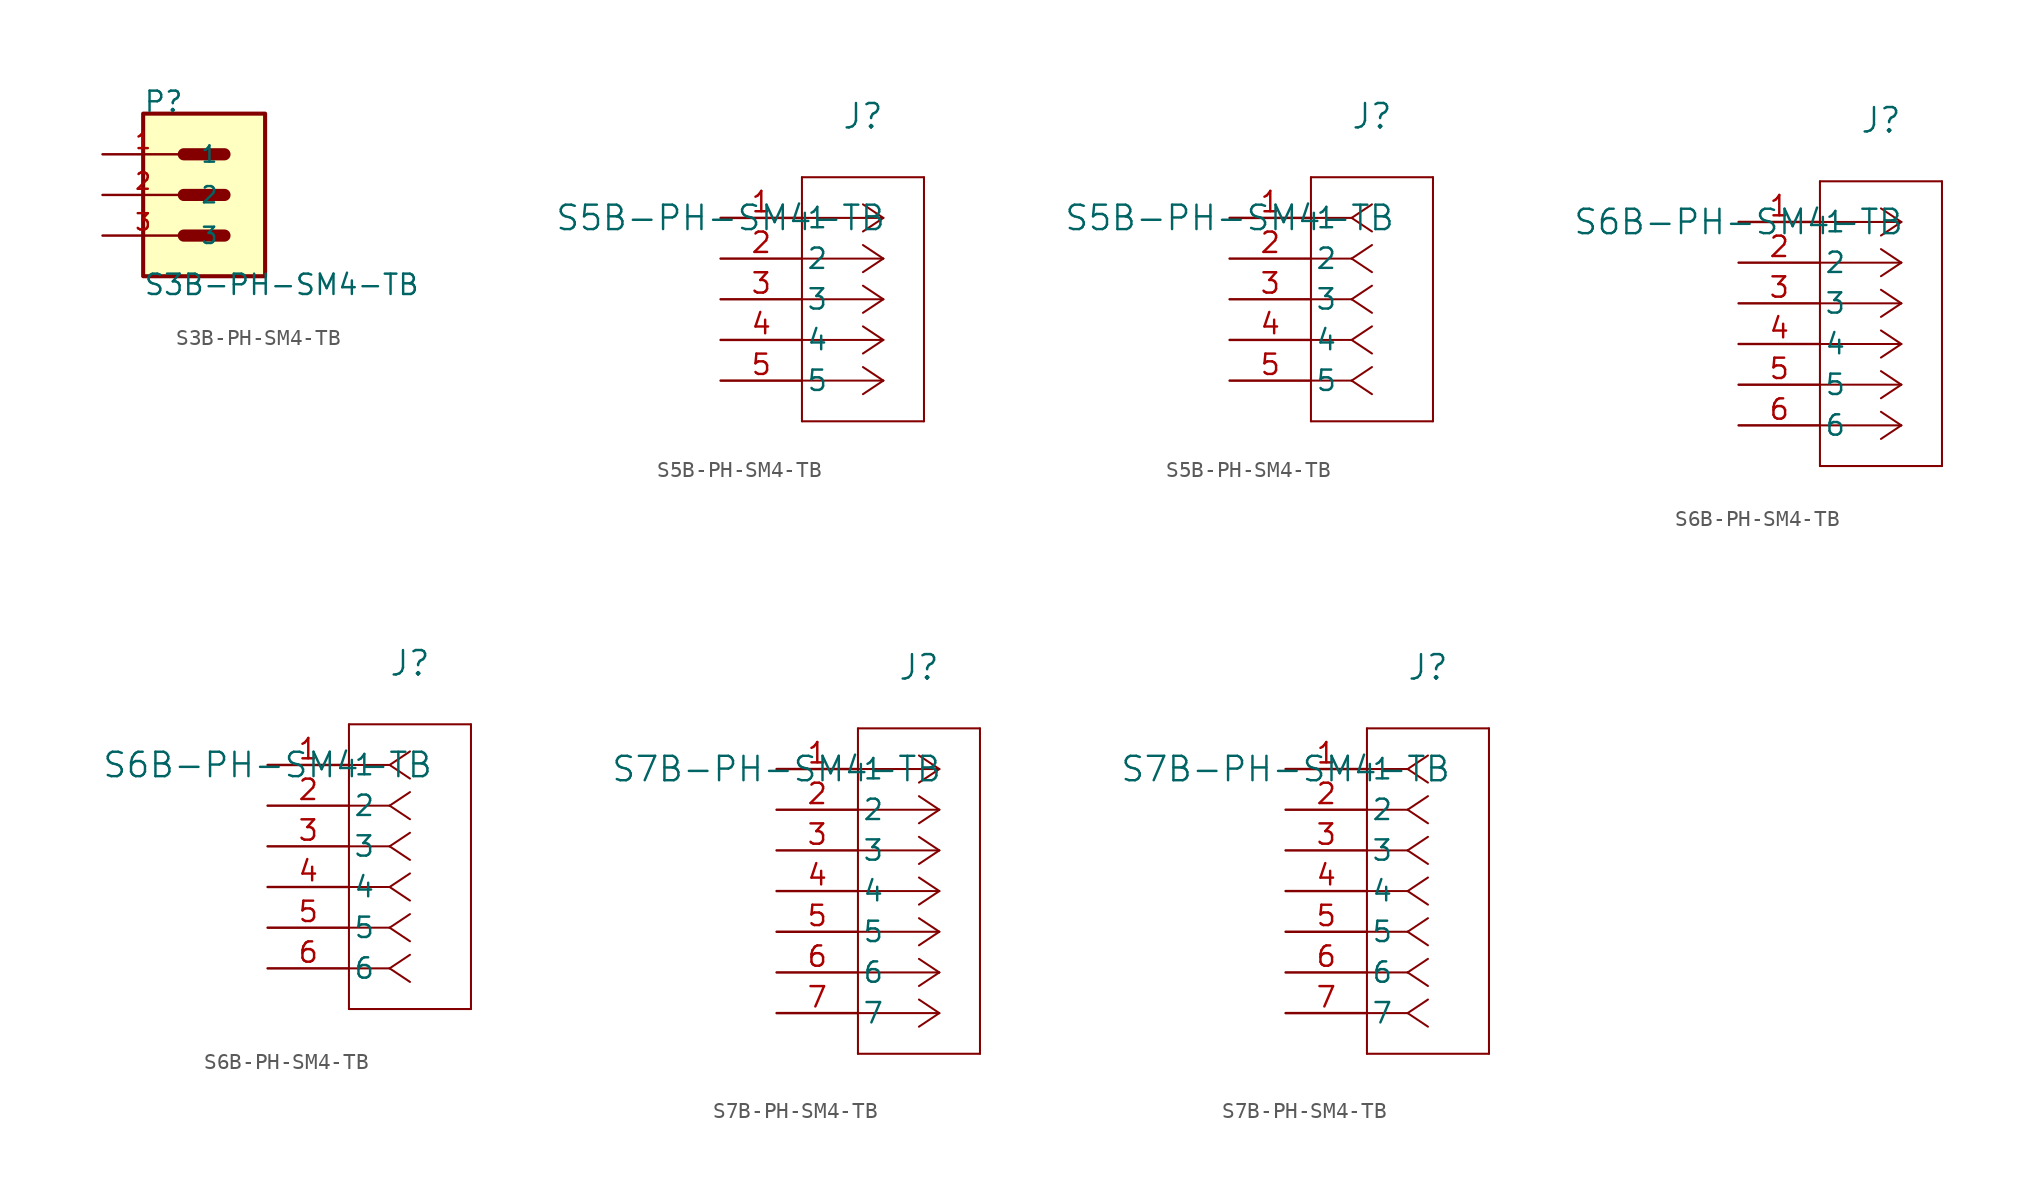
<source format=kicad_sym>
(kicad_symbol_lib
  (version 20220914)
  (generator kicad_symbol_editor)
  (symbol "S3B-PH-SM4-TB"
    (pin_names
      (offset 1.016))
    (property "Reference" "P"
      (at -2.543 5.085 0)
      (effects (font (size 1.27 1.27)) (justify left bottom)))
    (property "Value" "S3B-PH-SM4-TB"
      (at -2.541 -6.351 0)
      (effects (font (size 1.27 1.27)) (justify left bottom)))
    (symbol "S3B-PH-SM4-TB_0_0"
      (rectangle (start -2.54 -5.08) (end 5.08 5.08) (stroke (width 0.254) (type default)) (fill (type background)))
      (polyline (pts (xy 0 -2.54) (xy 2.54 -2.54)) (stroke (width 0.762) (type default)) (fill (type none)))
      (polyline (pts (xy 0 0) (xy 2.54 0)) (stroke (width 0.762) (type default)) (fill (type none)))
      (polyline (pts (xy 0 2.54) (xy 2.54 2.54)) (stroke (width 0.762) (type default)) (fill (type none)))
      (pin passive line (at -5.08 2.54 0) (length 5.08) (name "1" (effects (font (size 1.016 1.016)))) (number "1" (effects (font (size 1.016 1.016)))))
      (pin passive line (at -5.08 0 0) (length 5.08) (name "2" (effects (font (size 1.016 1.016)))) (number "2" (effects (font (size 1.016 1.016)))))
      (pin passive line (at -5.08 -2.54 0) (length 5.08) (name "3" (effects (font (size 1.016 1.016)))) (number "3" (effects (font (size 1.016 1.016)))))))
  (symbol "S5B-PH-SM4-TB"
    (pin_names
      (offset 0.254))
    (property "Reference" "J"
      (at 8.89 6.35 0)
      (effects (font (size 1.524 1.524))))
    (property "Value" "S5B-PH-SM4-TB"
      (at 0 0 0)
      (effects (font (size 1.524 1.524))))
    (property "ki_locked" ""
      (at 0 0 0)
      (effects (font (size 1.27 1.27))))
    (symbol "S5B-PH-SM4-TB_1_1"
      (polyline (pts (xy 5.08 -12.7) (xy 12.7 -12.7)) (stroke (width 0.127) (type default)) (fill (type none)))
      (polyline (pts (xy 5.08 2.54) (xy 5.08 -12.7)) (stroke (width 0.127) (type default)) (fill (type none)))
      (polyline (pts (xy 10.16 -10.16) (xy 5.08 -10.16)) (stroke (width 0.127) (type default)) (fill (type none)))
      (polyline (pts (xy 10.16 -10.16) (xy 8.89 -11.007)) (stroke (width 0.127) (type default)) (fill (type none)))
      (polyline (pts (xy 10.16 -10.16) (xy 8.89 -9.313)) (stroke (width 0.127) (type default)) (fill (type none)))
      (polyline (pts (xy 10.16 -7.62) (xy 5.08 -7.62)) (stroke (width 0.127) (type default)) (fill (type none)))
      (polyline (pts (xy 10.16 -7.62) (xy 8.89 -8.467)) (stroke (width 0.127) (type default)) (fill (type none)))
      (polyline (pts (xy 10.16 -7.62) (xy 8.89 -6.773)) (stroke (width 0.127) (type default)) (fill (type none)))
      (polyline (pts (xy 10.16 -5.08) (xy 5.08 -5.08)) (stroke (width 0.127) (type default)) (fill (type none)))
      (polyline (pts (xy 10.16 -5.08) (xy 8.89 -5.927)) (stroke (width 0.127) (type default)) (fill (type none)))
      (polyline (pts (xy 10.16 -5.08) (xy 8.89 -4.233)) (stroke (width 0.127) (type default)) (fill (type none)))
      (polyline (pts (xy 10.16 -2.54) (xy 5.08 -2.54)) (stroke (width 0.127) (type default)) (fill (type none)))
      (polyline (pts (xy 10.16 -2.54) (xy 8.89 -3.387)) (stroke (width 0.127) (type default)) (fill (type none)))
      (polyline (pts (xy 10.16 -2.54) (xy 8.89 -1.693)) (stroke (width 0.127) (type default)) (fill (type none)))
      (polyline (pts (xy 10.16 0) (xy 5.08 0)) (stroke (width 0.127) (type default)) (fill (type none)))
      (polyline (pts (xy 10.16 0) (xy 8.89 -0.847)) (stroke (width 0.127) (type default)) (fill (type none)))
      (polyline (pts (xy 10.16 0) (xy 8.89 0.847)) (stroke (width 0.127) (type default)) (fill (type none)))
      (polyline (pts (xy 12.7 -12.7) (xy 12.7 2.54)) (stroke (width 0.127) (type default)) (fill (type none)))
      (polyline (pts (xy 12.7 2.54) (xy 5.08 2.54)) (stroke (width 0.127) (type default)) (fill (type none)))
      (pin unspecified line (at 0 0 0) (length 5.08) (name "1" (effects (font (size 1.27 1.27)))) (number "1" (effects (font (size 1.27 1.27)))))
      (pin unspecified line (at 0 -2.54 0) (length 5.08) (name "2" (effects (font (size 1.27 1.27)))) (number "2" (effects (font (size 1.27 1.27)))))
      (pin unspecified line (at 0 -5.08 0) (length 5.08) (name "3" (effects (font (size 1.27 1.27)))) (number "3" (effects (font (size 1.27 1.27)))))
      (pin unspecified line (at 0 -7.62 0) (length 5.08) (name "4" (effects (font (size 1.27 1.27)))) (number "4" (effects (font (size 1.27 1.27)))))
      (pin unspecified line (at 0 -10.16 0) (length 5.08) (name "5" (effects (font (size 1.27 1.27)))) (number "5" (effects (font (size 1.27 1.27))))))
    (symbol "S5B-PH-SM4-TB_1_2"
      (polyline (pts (xy 5.08 -12.7) (xy 12.7 -12.7)) (stroke (width 0.127) (type default)) (fill (type none)))
      (polyline (pts (xy 5.08 2.54) (xy 5.08 -12.7)) (stroke (width 0.127) (type default)) (fill (type none)))
      (polyline (pts (xy 7.62 -10.16) (xy 5.08 -10.16)) (stroke (width 0.127) (type default)) (fill (type none)))
      (polyline (pts (xy 7.62 -10.16) (xy 8.89 -11.007)) (stroke (width 0.127) (type default)) (fill (type none)))
      (polyline (pts (xy 7.62 -10.16) (xy 8.89 -9.313)) (stroke (width 0.127) (type default)) (fill (type none)))
      (polyline (pts (xy 7.62 -7.62) (xy 5.08 -7.62)) (stroke (width 0.127) (type default)) (fill (type none)))
      (polyline (pts (xy 7.62 -7.62) (xy 8.89 -8.467)) (stroke (width 0.127) (type default)) (fill (type none)))
      (polyline (pts (xy 7.62 -7.62) (xy 8.89 -6.773)) (stroke (width 0.127) (type default)) (fill (type none)))
      (polyline (pts (xy 7.62 -5.08) (xy 5.08 -5.08)) (stroke (width 0.127) (type default)) (fill (type none)))
      (polyline (pts (xy 7.62 -5.08) (xy 8.89 -5.927)) (stroke (width 0.127) (type default)) (fill (type none)))
      (polyline (pts (xy 7.62 -5.08) (xy 8.89 -4.233)) (stroke (width 0.127) (type default)) (fill (type none)))
      (polyline (pts (xy 7.62 -2.54) (xy 5.08 -2.54)) (stroke (width 0.127) (type default)) (fill (type none)))
      (polyline (pts (xy 7.62 -2.54) (xy 8.89 -3.387)) (stroke (width 0.127) (type default)) (fill (type none)))
      (polyline (pts (xy 7.62 -2.54) (xy 8.89 -1.693)) (stroke (width 0.127) (type default)) (fill (type none)))
      (polyline (pts (xy 7.62 0) (xy 5.08 0)) (stroke (width 0.127) (type default)) (fill (type none)))
      (polyline (pts (xy 7.62 0) (xy 8.89 -0.847)) (stroke (width 0.127) (type default)) (fill (type none)))
      (polyline (pts (xy 7.62 0) (xy 8.89 0.847)) (stroke (width 0.127) (type default)) (fill (type none)))
      (polyline (pts (xy 12.7 -12.7) (xy 12.7 2.54)) (stroke (width 0.127) (type default)) (fill (type none)))
      (polyline (pts (xy 12.7 2.54) (xy 5.08 2.54)) (stroke (width 0.127) (type default)) (fill (type none)))
      (pin unspecified line (at 0 0 0) (length 5.08) (name "1" (effects (font (size 1.27 1.27)))) (number "1" (effects (font (size 1.27 1.27)))))
      (pin unspecified line (at 0 -2.54 0) (length 5.08) (name "2" (effects (font (size 1.27 1.27)))) (number "2" (effects (font (size 1.27 1.27)))))
      (pin unspecified line (at 0 -5.08 0) (length 5.08) (name "3" (effects (font (size 1.27 1.27)))) (number "3" (effects (font (size 1.27 1.27)))))
      (pin unspecified line (at 0 -7.62 0) (length 5.08) (name "4" (effects (font (size 1.27 1.27)))) (number "4" (effects (font (size 1.27 1.27)))))
      (pin unspecified line (at 0 -10.16 0) (length 5.08) (name "5" (effects (font (size 1.27 1.27)))) (number "5" (effects (font (size 1.27 1.27)))))))
  (symbol "S6B-PH-SM4-TB"
    (pin_names
      (offset 0.254))
    (property "Reference" "J"
      (at 8.89 6.35 0)
      (effects (font (size 1.524 1.524))))
    (property "Value" "S6B-PH-SM4-TB"
      (at 0 0 0)
      (effects (font (size 1.524 1.524))))
    (property "ki_locked" ""
      (at 0 0 0)
      (effects (font (size 1.27 1.27))))
    (symbol "S6B-PH-SM4-TB_1_1"
      (polyline (pts (xy 5.08 -15.24) (xy 12.7 -15.24)) (stroke (width 0.127) (type default)) (fill (type none)))
      (polyline (pts (xy 5.08 2.54) (xy 5.08 -15.24)) (stroke (width 0.127) (type default)) (fill (type none)))
      (polyline (pts (xy 10.16 -12.7) (xy 5.08 -12.7)) (stroke (width 0.127) (type default)) (fill (type none)))
      (polyline (pts (xy 10.16 -12.7) (xy 8.89 -13.547)) (stroke (width 0.127) (type default)) (fill (type none)))
      (polyline (pts (xy 10.16 -12.7) (xy 8.89 -11.853)) (stroke (width 0.127) (type default)) (fill (type none)))
      (polyline (pts (xy 10.16 -10.16) (xy 5.08 -10.16)) (stroke (width 0.127) (type default)) (fill (type none)))
      (polyline (pts (xy 10.16 -10.16) (xy 8.89 -11.007)) (stroke (width 0.127) (type default)) (fill (type none)))
      (polyline (pts (xy 10.16 -10.16) (xy 8.89 -9.313)) (stroke (width 0.127) (type default)) (fill (type none)))
      (polyline (pts (xy 10.16 -7.62) (xy 5.08 -7.62)) (stroke (width 0.127) (type default)) (fill (type none)))
      (polyline (pts (xy 10.16 -7.62) (xy 8.89 -8.467)) (stroke (width 0.127) (type default)) (fill (type none)))
      (polyline (pts (xy 10.16 -7.62) (xy 8.89 -6.773)) (stroke (width 0.127) (type default)) (fill (type none)))
      (polyline (pts (xy 10.16 -5.08) (xy 5.08 -5.08)) (stroke (width 0.127) (type default)) (fill (type none)))
      (polyline (pts (xy 10.16 -5.08) (xy 8.89 -5.927)) (stroke (width 0.127) (type default)) (fill (type none)))
      (polyline (pts (xy 10.16 -5.08) (xy 8.89 -4.233)) (stroke (width 0.127) (type default)) (fill (type none)))
      (polyline (pts (xy 10.16 -2.54) (xy 5.08 -2.54)) (stroke (width 0.127) (type default)) (fill (type none)))
      (polyline (pts (xy 10.16 -2.54) (xy 8.89 -3.387)) (stroke (width 0.127) (type default)) (fill (type none)))
      (polyline (pts (xy 10.16 -2.54) (xy 8.89 -1.693)) (stroke (width 0.127) (type default)) (fill (type none)))
      (polyline (pts (xy 10.16 0) (xy 5.08 0)) (stroke (width 0.127) (type default)) (fill (type none)))
      (polyline (pts (xy 10.16 0) (xy 8.89 -0.847)) (stroke (width 0.127) (type default)) (fill (type none)))
      (polyline (pts (xy 10.16 0) (xy 8.89 0.847)) (stroke (width 0.127) (type default)) (fill (type none)))
      (polyline (pts (xy 12.7 -15.24) (xy 12.7 2.54)) (stroke (width 0.127) (type default)) (fill (type none)))
      (polyline (pts (xy 12.7 2.54) (xy 5.08 2.54)) (stroke (width 0.127) (type default)) (fill (type none)))
      (pin unspecified line (at 0 0 0) (length 5.08) (name "1" (effects (font (size 1.27 1.27)))) (number "1" (effects (font (size 1.27 1.27)))))
      (pin unspecified line (at 0 -2.54 0) (length 5.08) (name "2" (effects (font (size 1.27 1.27)))) (number "2" (effects (font (size 1.27 1.27)))))
      (pin unspecified line (at 0 -5.08 0) (length 5.08) (name "3" (effects (font (size 1.27 1.27)))) (number "3" (effects (font (size 1.27 1.27)))))
      (pin unspecified line (at 0 -7.62 0) (length 5.08) (name "4" (effects (font (size 1.27 1.27)))) (number "4" (effects (font (size 1.27 1.27)))))
      (pin unspecified line (at 0 -10.16 0) (length 5.08) (name "5" (effects (font (size 1.27 1.27)))) (number "5" (effects (font (size 1.27 1.27)))))
      (pin unspecified line (at 0 -12.7 0) (length 5.08) (name "6" (effects (font (size 1.27 1.27)))) (number "6" (effects (font (size 1.27 1.27))))))
    (symbol "S6B-PH-SM4-TB_1_2"
      (polyline (pts (xy 5.08 -15.24) (xy 12.7 -15.24)) (stroke (width 0.127) (type default)) (fill (type none)))
      (polyline (pts (xy 5.08 2.54) (xy 5.08 -15.24)) (stroke (width 0.127) (type default)) (fill (type none)))
      (polyline (pts (xy 7.62 -12.7) (xy 5.08 -12.7)) (stroke (width 0.127) (type default)) (fill (type none)))
      (polyline (pts (xy 7.62 -12.7) (xy 8.89 -13.547)) (stroke (width 0.127) (type default)) (fill (type none)))
      (polyline (pts (xy 7.62 -12.7) (xy 8.89 -11.853)) (stroke (width 0.127) (type default)) (fill (type none)))
      (polyline (pts (xy 7.62 -10.16) (xy 5.08 -10.16)) (stroke (width 0.127) (type default)) (fill (type none)))
      (polyline (pts (xy 7.62 -10.16) (xy 8.89 -11.007)) (stroke (width 0.127) (type default)) (fill (type none)))
      (polyline (pts (xy 7.62 -10.16) (xy 8.89 -9.313)) (stroke (width 0.127) (type default)) (fill (type none)))
      (polyline (pts (xy 7.62 -7.62) (xy 5.08 -7.62)) (stroke (width 0.127) (type default)) (fill (type none)))
      (polyline (pts (xy 7.62 -7.62) (xy 8.89 -8.467)) (stroke (width 0.127) (type default)) (fill (type none)))
      (polyline (pts (xy 7.62 -7.62) (xy 8.89 -6.773)) (stroke (width 0.127) (type default)) (fill (type none)))
      (polyline (pts (xy 7.62 -5.08) (xy 5.08 -5.08)) (stroke (width 0.127) (type default)) (fill (type none)))
      (polyline (pts (xy 7.62 -5.08) (xy 8.89 -5.927)) (stroke (width 0.127) (type default)) (fill (type none)))
      (polyline (pts (xy 7.62 -5.08) (xy 8.89 -4.233)) (stroke (width 0.127) (type default)) (fill (type none)))
      (polyline (pts (xy 7.62 -2.54) (xy 5.08 -2.54)) (stroke (width 0.127) (type default)) (fill (type none)))
      (polyline (pts (xy 7.62 -2.54) (xy 8.89 -3.387)) (stroke (width 0.127) (type default)) (fill (type none)))
      (polyline (pts (xy 7.62 -2.54) (xy 8.89 -1.693)) (stroke (width 0.127) (type default)) (fill (type none)))
      (polyline (pts (xy 7.62 0) (xy 5.08 0)) (stroke (width 0.127) (type default)) (fill (type none)))
      (polyline (pts (xy 7.62 0) (xy 8.89 -0.847)) (stroke (width 0.127) (type default)) (fill (type none)))
      (polyline (pts (xy 7.62 0) (xy 8.89 0.847)) (stroke (width 0.127) (type default)) (fill (type none)))
      (polyline (pts (xy 12.7 -15.24) (xy 12.7 2.54)) (stroke (width 0.127) (type default)) (fill (type none)))
      (polyline (pts (xy 12.7 2.54) (xy 5.08 2.54)) (stroke (width 0.127) (type default)) (fill (type none)))
      (pin unspecified line (at 0 0 0) (length 5.08) (name "1" (effects (font (size 1.27 1.27)))) (number "1" (effects (font (size 1.27 1.27)))))
      (pin unspecified line (at 0 -2.54 0) (length 5.08) (name "2" (effects (font (size 1.27 1.27)))) (number "2" (effects (font (size 1.27 1.27)))))
      (pin unspecified line (at 0 -5.08 0) (length 5.08) (name "3" (effects (font (size 1.27 1.27)))) (number "3" (effects (font (size 1.27 1.27)))))
      (pin unspecified line (at 0 -7.62 0) (length 5.08) (name "4" (effects (font (size 1.27 1.27)))) (number "4" (effects (font (size 1.27 1.27)))))
      (pin unspecified line (at 0 -10.16 0) (length 5.08) (name "5" (effects (font (size 1.27 1.27)))) (number "5" (effects (font (size 1.27 1.27)))))
      (pin unspecified line (at 0 -12.7 0) (length 5.08) (name "6" (effects (font (size 1.27 1.27)))) (number "6" (effects (font (size 1.27 1.27)))))))
  (symbol "S7B-PH-SM4-TB"
    (pin_names
      (offset 0.254))
    (property "Reference" "J"
      (at 8.89 6.35 0)
      (effects (font (size 1.524 1.524))))
    (property "Value" "S7B-PH-SM4-TB"
      (at 0 0 0)
      (effects (font (size 1.524 1.524))))
    (property "ki_locked" ""
      (at 0 0 0)
      (effects (font (size 1.27 1.27))))
    (symbol "S7B-PH-SM4-TB_1_1"
      (polyline (pts (xy 5.08 -17.78) (xy 12.7 -17.78)) (stroke (width 0.127) (type default)) (fill (type none)))
      (polyline (pts (xy 5.08 2.54) (xy 5.08 -17.78)) (stroke (width 0.127) (type default)) (fill (type none)))
      (polyline (pts (xy 10.16 -15.24) (xy 5.08 -15.24)) (stroke (width 0.127) (type default)) (fill (type none)))
      (polyline (pts (xy 10.16 -15.24) (xy 8.89 -16.087)) (stroke (width 0.127) (type default)) (fill (type none)))
      (polyline (pts (xy 10.16 -15.24) (xy 8.89 -14.393)) (stroke (width 0.127) (type default)) (fill (type none)))
      (polyline (pts (xy 10.16 -12.7) (xy 5.08 -12.7)) (stroke (width 0.127) (type default)) (fill (type none)))
      (polyline (pts (xy 10.16 -12.7) (xy 8.89 -13.547)) (stroke (width 0.127) (type default)) (fill (type none)))
      (polyline (pts (xy 10.16 -12.7) (xy 8.89 -11.853)) (stroke (width 0.127) (type default)) (fill (type none)))
      (polyline (pts (xy 10.16 -10.16) (xy 5.08 -10.16)) (stroke (width 0.127) (type default)) (fill (type none)))
      (polyline (pts (xy 10.16 -10.16) (xy 8.89 -11.007)) (stroke (width 0.127) (type default)) (fill (type none)))
      (polyline (pts (xy 10.16 -10.16) (xy 8.89 -9.313)) (stroke (width 0.127) (type default)) (fill (type none)))
      (polyline (pts (xy 10.16 -7.62) (xy 5.08 -7.62)) (stroke (width 0.127) (type default)) (fill (type none)))
      (polyline (pts (xy 10.16 -7.62) (xy 8.89 -8.467)) (stroke (width 0.127) (type default)) (fill (type none)))
      (polyline (pts (xy 10.16 -7.62) (xy 8.89 -6.773)) (stroke (width 0.127) (type default)) (fill (type none)))
      (polyline (pts (xy 10.16 -5.08) (xy 5.08 -5.08)) (stroke (width 0.127) (type default)) (fill (type none)))
      (polyline (pts (xy 10.16 -5.08) (xy 8.89 -5.927)) (stroke (width 0.127) (type default)) (fill (type none)))
      (polyline (pts (xy 10.16 -5.08) (xy 8.89 -4.233)) (stroke (width 0.127) (type default)) (fill (type none)))
      (polyline (pts (xy 10.16 -2.54) (xy 5.08 -2.54)) (stroke (width 0.127) (type default)) (fill (type none)))
      (polyline (pts (xy 10.16 -2.54) (xy 8.89 -3.387)) (stroke (width 0.127) (type default)) (fill (type none)))
      (polyline (pts (xy 10.16 -2.54) (xy 8.89 -1.693)) (stroke (width 0.127) (type default)) (fill (type none)))
      (polyline (pts (xy 10.16 0) (xy 5.08 0)) (stroke (width 0.127) (type default)) (fill (type none)))
      (polyline (pts (xy 10.16 0) (xy 8.89 -0.847)) (stroke (width 0.127) (type default)) (fill (type none)))
      (polyline (pts (xy 10.16 0) (xy 8.89 0.847)) (stroke (width 0.127) (type default)) (fill (type none)))
      (polyline (pts (xy 12.7 -17.78) (xy 12.7 2.54)) (stroke (width 0.127) (type default)) (fill (type none)))
      (polyline (pts (xy 12.7 2.54) (xy 5.08 2.54)) (stroke (width 0.127) (type default)) (fill (type none)))
      (pin unspecified line (at 0 0 0) (length 5.08) (name "1" (effects (font (size 1.27 1.27)))) (number "1" (effects (font (size 1.27 1.27)))))
      (pin unspecified line (at 0 -2.54 0) (length 5.08) (name "2" (effects (font (size 1.27 1.27)))) (number "2" (effects (font (size 1.27 1.27)))))
      (pin unspecified line (at 0 -5.08 0) (length 5.08) (name "3" (effects (font (size 1.27 1.27)))) (number "3" (effects (font (size 1.27 1.27)))))
      (pin unspecified line (at 0 -7.62 0) (length 5.08) (name "4" (effects (font (size 1.27 1.27)))) (number "4" (effects (font (size 1.27 1.27)))))
      (pin unspecified line (at 0 -10.16 0) (length 5.08) (name "5" (effects (font (size 1.27 1.27)))) (number "5" (effects (font (size 1.27 1.27)))))
      (pin unspecified line (at 0 -12.7 0) (length 5.08) (name "6" (effects (font (size 1.27 1.27)))) (number "6" (effects (font (size 1.27 1.27)))))
      (pin unspecified line (at 0 -15.24 0) (length 5.08) (name "7" (effects (font (size 1.27 1.27)))) (number "7" (effects (font (size 1.27 1.27))))))
    (symbol "S7B-PH-SM4-TB_1_2"
      (polyline (pts (xy 5.08 -17.78) (xy 12.7 -17.78)) (stroke (width 0.127) (type default)) (fill (type none)))
      (polyline (pts (xy 5.08 2.54) (xy 5.08 -17.78)) (stroke (width 0.127) (type default)) (fill (type none)))
      (polyline (pts (xy 7.62 -15.24) (xy 5.08 -15.24)) (stroke (width 0.127) (type default)) (fill (type none)))
      (polyline (pts (xy 7.62 -15.24) (xy 8.89 -16.087)) (stroke (width 0.127) (type default)) (fill (type none)))
      (polyline (pts (xy 7.62 -15.24) (xy 8.89 -14.393)) (stroke (width 0.127) (type default)) (fill (type none)))
      (polyline (pts (xy 7.62 -12.7) (xy 5.08 -12.7)) (stroke (width 0.127) (type default)) (fill (type none)))
      (polyline (pts (xy 7.62 -12.7) (xy 8.89 -13.547)) (stroke (width 0.127) (type default)) (fill (type none)))
      (polyline (pts (xy 7.62 -12.7) (xy 8.89 -11.853)) (stroke (width 0.127) (type default)) (fill (type none)))
      (polyline (pts (xy 7.62 -10.16) (xy 5.08 -10.16)) (stroke (width 0.127) (type default)) (fill (type none)))
      (polyline (pts (xy 7.62 -10.16) (xy 8.89 -11.007)) (stroke (width 0.127) (type default)) (fill (type none)))
      (polyline (pts (xy 7.62 -10.16) (xy 8.89 -9.313)) (stroke (width 0.127) (type default)) (fill (type none)))
      (polyline (pts (xy 7.62 -7.62) (xy 5.08 -7.62)) (stroke (width 0.127) (type default)) (fill (type none)))
      (polyline (pts (xy 7.62 -7.62) (xy 8.89 -8.467)) (stroke (width 0.127) (type default)) (fill (type none)))
      (polyline (pts (xy 7.62 -7.62) (xy 8.89 -6.773)) (stroke (width 0.127) (type default)) (fill (type none)))
      (polyline (pts (xy 7.62 -5.08) (xy 5.08 -5.08)) (stroke (width 0.127) (type default)) (fill (type none)))
      (polyline (pts (xy 7.62 -5.08) (xy 8.89 -5.927)) (stroke (width 0.127) (type default)) (fill (type none)))
      (polyline (pts (xy 7.62 -5.08) (xy 8.89 -4.233)) (stroke (width 0.127) (type default)) (fill (type none)))
      (polyline (pts (xy 7.62 -2.54) (xy 5.08 -2.54)) (stroke (width 0.127) (type default)) (fill (type none)))
      (polyline (pts (xy 7.62 -2.54) (xy 8.89 -3.387)) (stroke (width 0.127) (type default)) (fill (type none)))
      (polyline (pts (xy 7.62 -2.54) (xy 8.89 -1.693)) (stroke (width 0.127) (type default)) (fill (type none)))
      (polyline (pts (xy 7.62 0) (xy 5.08 0)) (stroke (width 0.127) (type default)) (fill (type none)))
      (polyline (pts (xy 7.62 0) (xy 8.89 -0.847)) (stroke (width 0.127) (type default)) (fill (type none)))
      (polyline (pts (xy 7.62 0) (xy 8.89 0.847)) (stroke (width 0.127) (type default)) (fill (type none)))
      (polyline (pts (xy 12.7 -17.78) (xy 12.7 2.54)) (stroke (width 0.127) (type default)) (fill (type none)))
      (polyline (pts (xy 12.7 2.54) (xy 5.08 2.54)) (stroke (width 0.127) (type default)) (fill (type none)))
      (pin unspecified line (at 0 0 0) (length 5.08) (name "1" (effects (font (size 1.27 1.27)))) (number "1" (effects (font (size 1.27 1.27)))))
      (pin unspecified line (at 0 -2.54 0) (length 5.08) (name "2" (effects (font (size 1.27 1.27)))) (number "2" (effects (font (size 1.27 1.27)))))
      (pin unspecified line (at 0 -5.08 0) (length 5.08) (name "3" (effects (font (size 1.27 1.27)))) (number "3" (effects (font (size 1.27 1.27)))))
      (pin unspecified line (at 0 -7.62 0) (length 5.08) (name "4" (effects (font (size 1.27 1.27)))) (number "4" (effects (font (size 1.27 1.27)))))
      (pin unspecified line (at 0 -10.16 0) (length 5.08) (name "5" (effects (font (size 1.27 1.27)))) (number "5" (effects (font (size 1.27 1.27)))))
      (pin unspecified line (at 0 -12.7 0) (length 5.08) (name "6" (effects (font (size 1.27 1.27)))) (number "6" (effects (font (size 1.27 1.27)))))
      (pin unspecified line (at 0 -15.24 0) (length 5.08) (name "7" (effects (font (size 1.27 1.27)))) (number "7" (effects (font (size 1.27 1.27))))))))
</source>
